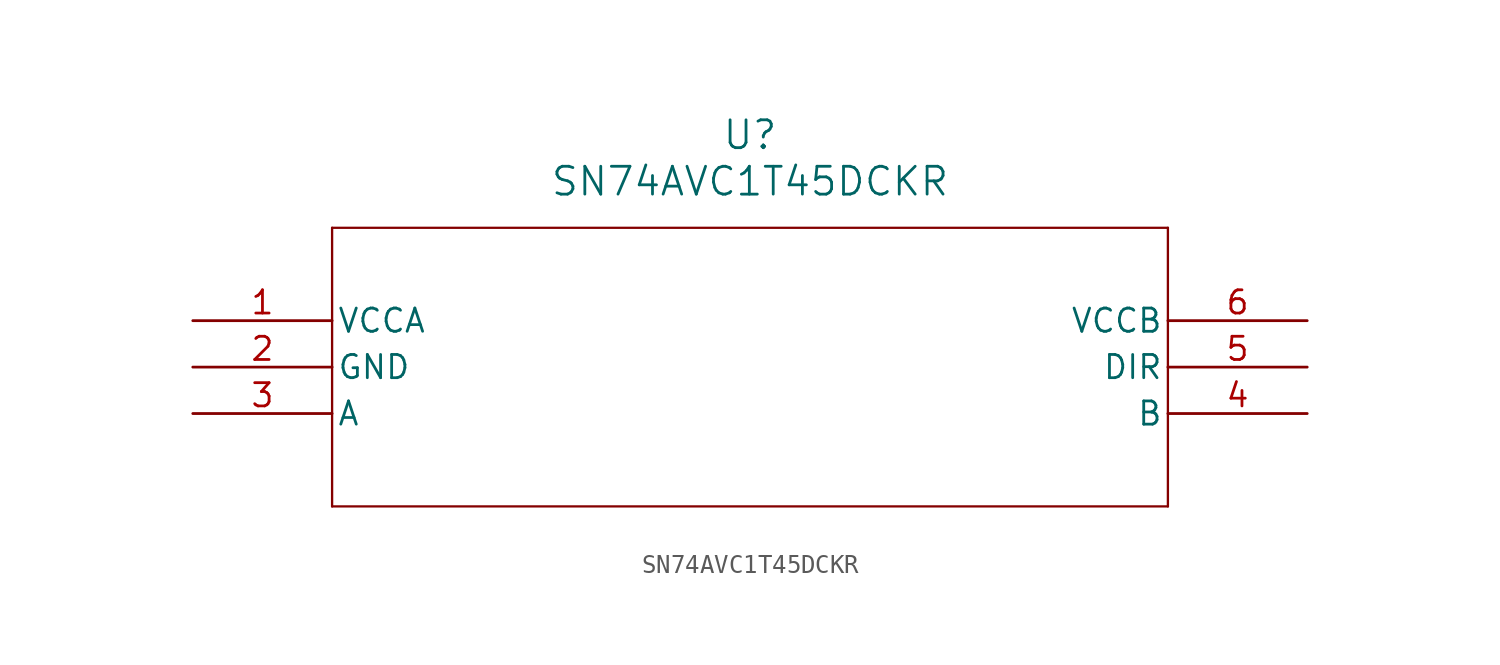
<source format=kicad_sym>
(kicad_symbol_lib
  (version 20211014)
  (generator kicad_symbol_editor)
  (symbol "SN74AVC1T45DCKR"
    (pin_names
      (offset 0.254))
    (property "Reference" "U"
      (at 30.48 10.16 0)
      (effects (font (size 1.524 1.524))))
    (property "Value" "SN74AVC1T45DCKR"
      (at 30.48 7.62 0)
      (effects (font (size 1.524 1.524))))
    (symbol "SN74AVC1T45DCKR_0_1"
      (polyline (pts (xy 7.62 5.08) (xy 7.62 -10.16)) (stroke (width 0.127) (type default) (color 0 0 0 0)) (fill (type none)))
      (polyline (pts (xy 7.62 -10.16) (xy 53.34 -10.16)) (stroke (width 0.127) (type default) (color 0 0 0 0)) (fill (type none)))
      (polyline (pts (xy 53.34 -10.16) (xy 53.34 5.08)) (stroke (width 0.127) (type default) (color 0 0 0 0)) (fill (type none)))
      (polyline (pts (xy 53.34 5.08) (xy 7.62 5.08)) (stroke (width 0.127) (type default) (color 0 0 0 0)) (fill (type none)))
      (pin power_in line (at 0 0 0) (length 7.62) (name "VCCA" (effects (font (size 1.27 1.27)))) (number "1" (effects (font (size 1.27 1.27)))))
      (pin power_in line (at 0 -2.54 0) (length 7.62) (name "GND" (effects (font (size 1.27 1.27)))) (number "2" (effects (font (size 1.27 1.27)))))
      (pin input line (at 0 -5.08 0) (length 7.62) (name "A" (effects (font (size 1.27 1.27)))) (number "3" (effects (font (size 1.27 1.27)))))
      (pin input line (at 60.96 -5.08 180) (length 7.62) (name "B" (effects (font (size 1.27 1.27)))) (number "4" (effects (font (size 1.27 1.27)))))
      (pin input line (at 60.96 -2.54 180) (length 7.62) (name "DIR" (effects (font (size 1.27 1.27)))) (number "5" (effects (font (size 1.27 1.27)))))
      (pin power_in line (at 60.96 0 180) (length 7.62) (name "VCCB" (effects (font (size 1.27 1.27)))) (number "6" (effects (font (size 1.27 1.27))))))))
</source>
